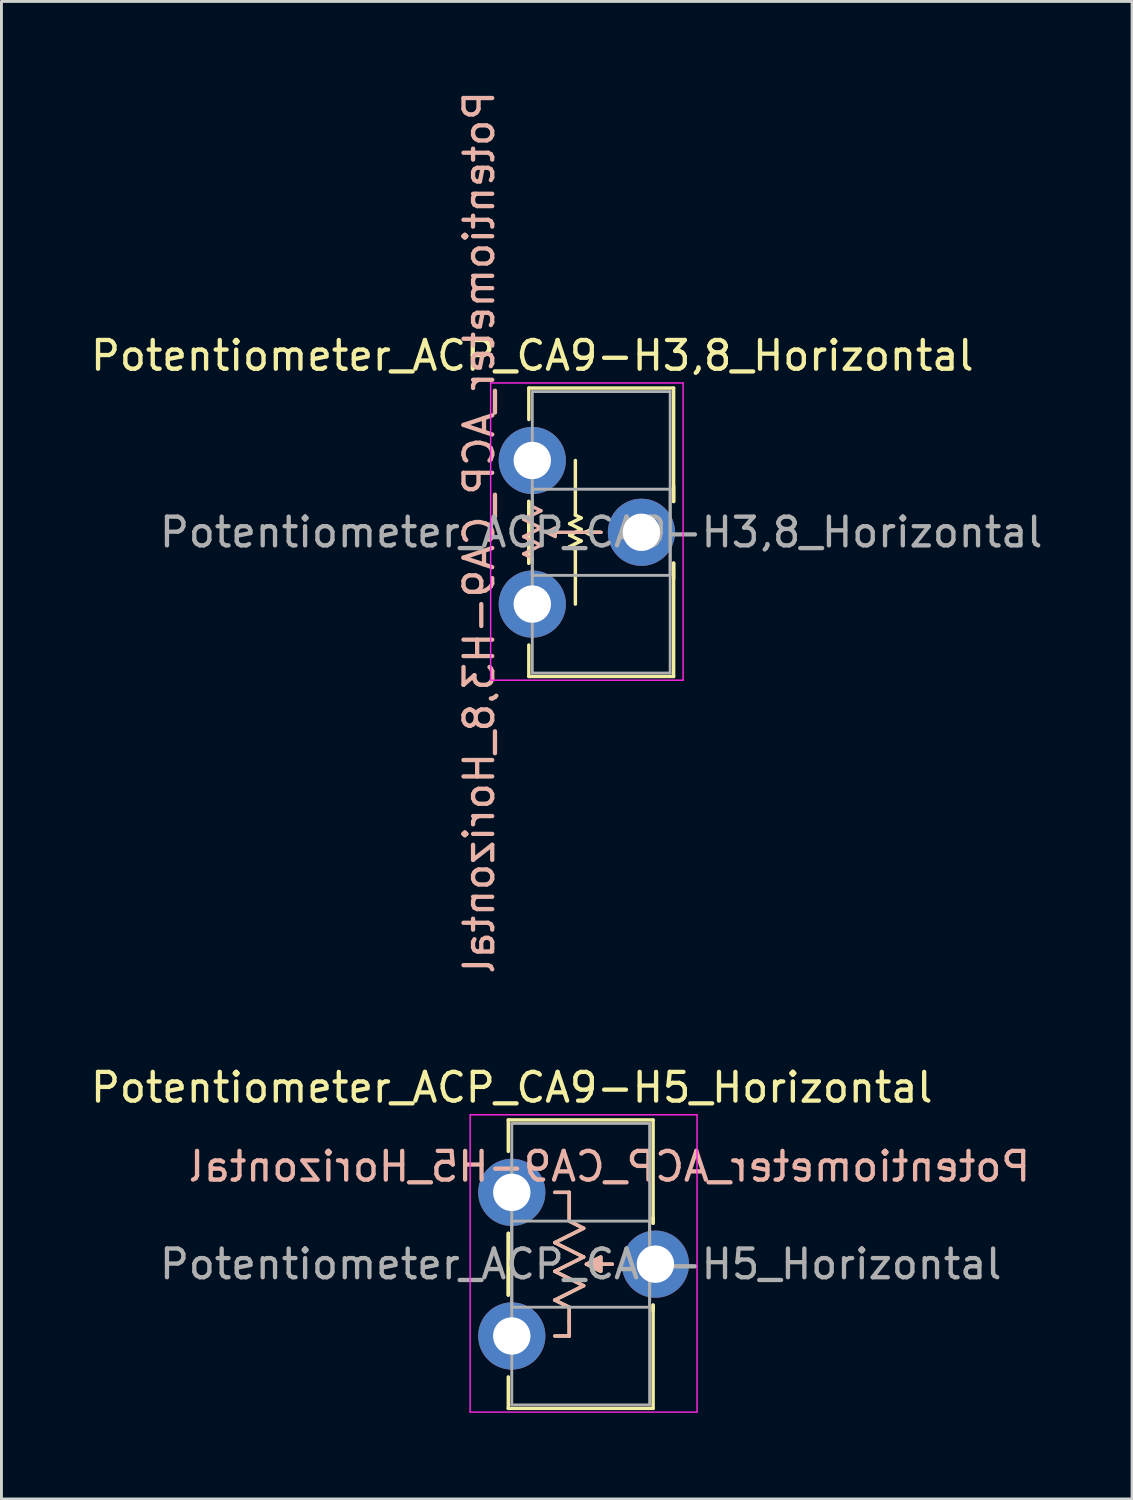
<source format=kicad_pcb>
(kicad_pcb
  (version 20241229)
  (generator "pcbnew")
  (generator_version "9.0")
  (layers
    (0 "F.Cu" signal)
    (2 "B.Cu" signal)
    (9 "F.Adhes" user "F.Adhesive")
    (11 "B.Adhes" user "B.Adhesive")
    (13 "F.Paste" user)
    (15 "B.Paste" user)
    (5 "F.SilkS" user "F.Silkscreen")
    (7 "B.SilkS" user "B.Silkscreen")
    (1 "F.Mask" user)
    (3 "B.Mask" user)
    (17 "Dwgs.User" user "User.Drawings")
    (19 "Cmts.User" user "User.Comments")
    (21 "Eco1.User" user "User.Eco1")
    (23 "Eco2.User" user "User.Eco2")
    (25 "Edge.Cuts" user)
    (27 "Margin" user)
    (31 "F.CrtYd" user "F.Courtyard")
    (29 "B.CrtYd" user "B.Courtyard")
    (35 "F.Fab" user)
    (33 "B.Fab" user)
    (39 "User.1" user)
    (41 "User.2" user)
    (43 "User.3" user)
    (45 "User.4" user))
  (footprint "Potentiometer_ACP_CA9-H3,8_Horizontal"
    (layer "F.Cu")
    (at 15.482 12.982)
    (property "Reference" "Potentiometer_ACP_CA9-H3,8_Horizontal" (at 0 -3.65 0) (layer "F.SilkS") (effects (font (size 1 1) (thickness 0.15))))
    (attr through_hole)
    (fp_line (start -0.121 -2.521) (end -0.121 -1.426) (stroke (width 0.12) (type solid)) (layer "F.SilkS"))
    (fp_line (start -0.121 -2.521) (end 4.92 -2.521) (stroke (width 0.12) (type solid)) (layer "F.SilkS"))
    (fp_line (start -0.121 1.426) (end -0.121 3.575) (stroke (width 0.12) (type solid)) (layer "F.SilkS"))
    (fp_line (start -0.121 1.426) (end -0.121 3.575) (stroke (width 0.12) (type solid)) (layer "F.SilkS"))
    (fp_line (start -0.121 6.425) (end -0.121 7.52) (stroke (width 0.12) (type solid)) (layer "F.SilkS"))
    (fp_line (start -0.121 7.52) (end 4.92 7.52) (stroke (width 0.12) (type solid)) (layer "F.SilkS"))
    (fp_line (start 1.3 2.2) (end 1.7 2.4) (stroke (width 0.12) (type solid)) (layer "F.SilkS"))
    (fp_line (start 1.3 2.6) (end 1.7 2.8) (stroke (width 0.12) (type solid)) (layer "F.SilkS"))
    (fp_line (start 1.3 3) (end 1.5 3.1) (stroke (width 0.12) (type solid)) (layer "F.SilkS"))
    (fp_line (start 1.5 1) (end 1.5 0) (stroke (width 0.12) (type solid)) (layer "F.SilkS"))
    (fp_line (start 1.5 1.9) (end 1.5 1) (stroke (width 0.12) (type solid)) (layer "F.SilkS"))
    (fp_line (start 1.5 1.9) (end 1.7 2) (stroke (width 0.12) (type solid)) (layer "F.SilkS"))
    (fp_line (start 1.5 3.1) (end 1.5 4) (stroke (width 0.12) (type solid)) (layer "F.SilkS"))
    (fp_line (start 1.5 4) (end 1.5 5) (stroke (width 0.12) (type solid)) (layer "F.SilkS"))
    (fp_line (start 1.7 2) (end 1.3 2.2) (stroke (width 0.12) (type solid)) (layer "F.SilkS"))
    (fp_line (start 1.7 2.4) (end 1.3 2.6) (stroke (width 0.12) (type solid)) (layer "F.SilkS"))
    (fp_line (start 1.7 2.8) (end 1.3 3) (stroke (width 0.12) (type solid)) (layer "F.SilkS"))
    (fp_line (start 2.35 2.5) (end 1.85 2.5) (stroke (width 0.12) (type solid)) (layer "F.SilkS"))
    (fp_line (start 4.92 -2.521) (end 4.92 1.428) (stroke (width 0.12) (type solid)) (layer "F.SilkS"))
    (fp_line (start 4.92 0.88) (end 4.92 1.428) (stroke (width 0.12) (type solid)) (layer "F.SilkS"))
    (fp_line (start 4.92 3.573) (end 4.92 4.12) (stroke (width 0.12) (type solid)) (layer "F.SilkS"))
    (fp_line (start 4.92 3.573) (end 4.92 7.52) (stroke (width 0.12) (type solid)) (layer "F.SilkS"))
    (fp_poly (pts (xy 2.05 2.6) (xy 1.85 2.5) (xy 2.05 2.4)) (stroke (width 0.12) (type solid)) (fill yes) (layer "F.SilkS"))
    (fp_line (start -0.3 2.05) (end 0 1.9) (stroke (width 0.12) (type solid)) (layer "B.SilkS"))
    (fp_line (start -0.3 2.65) (end 0 2.5) (stroke (width 0.12) (type solid)) (layer "B.SilkS"))
    (fp_line (start -0.3 3.25) (end 0 3.1) (stroke (width 0.12) (type solid)) (layer "B.SilkS"))
    (fp_line (start 0 1.45) (end 0 1.6) (stroke (width 0.12) (type solid)) (layer "B.SilkS"))
    (fp_line (start 0 1.6) (end 0.3 1.75) (stroke (width 0.12) (type solid)) (layer "B.SilkS"))
    (fp_line (start 0 2.2) (end -0.3 2.05) (stroke (width 0.12) (type solid)) (layer "B.SilkS"))
    (fp_line (start 0 2.2) (end 0.3 2.35) (stroke (width 0.12) (type solid)) (layer "B.SilkS"))
    (fp_line (start 0 2.8) (end -0.3 2.65) (stroke (width 0.12) (type solid)) (layer "B.SilkS"))
    (fp_line (start 0 2.8) (end 0.3 2.95) (stroke (width 0.12) (type solid)) (layer "B.SilkS"))
    (fp_line (start 0 3.4) (end -0.3 3.25) (stroke (width 0.12) (type solid)) (layer "B.SilkS"))
    (fp_line (start 0 3.4) (end 0 3.55) (stroke (width 0.12) (type solid)) (layer "B.SilkS"))
    (fp_line (start 0.3 1.75) (end 0 1.9) (stroke (width 0.12) (type solid)) (layer "B.SilkS"))
    (fp_line (start 0.3 2.35) (end 0 2.5) (stroke (width 0.12) (type solid)) (layer "B.SilkS"))
    (fp_line (start 0.3 2.95) (end 0 3.1) (stroke (width 0.12) (type solid)) (layer "B.SilkS"))
    (fp_line (start 2.4 2.5) (end 0.5 2.5) (stroke (width 0.12) (type solid)) (layer "B.SilkS"))
    (fp_poly (pts (xy 0.8 2.65) (xy 0.5 2.5) (xy 0.8 2.35)) (stroke (width 0.12) (type solid)) (fill yes) (layer "B.SilkS"))
    (fp_line (start -1.45 -2.7) (end -1.45 7.65) (stroke (width 0.05) (type solid)) (layer "F.CrtYd"))
    (fp_line (start -1.45 7.65) (end 5.25 7.65) (stroke (width 0.05) (type solid)) (layer "F.CrtYd"))
    (fp_line (start 5.25 -2.7) (end -1.45 -2.7) (stroke (width 0.05) (type solid)) (layer "F.CrtYd"))
    (fp_line (start 5.25 7.65) (end 5.25 -2.7) (stroke (width 0.05) (type solid)) (layer "F.CrtYd"))
    (fp_line (start 0 -2.4) (end 4.8 -2.4) (stroke (width 0.1) (type solid)) (layer "F.Fab"))
    (fp_line (start 0 1) (end 0 4) (stroke (width 0.1) (type solid)) (layer "F.Fab"))
    (fp_line (start 0 4) (end 4.8 4) (stroke (width 0.1) (type solid)) (layer "F.Fab"))
    (fp_line (start 0 7.4) (end 0 -2.4) (stroke (width 0.1) (type solid)) (layer "F.Fab"))
    (fp_line (start 4.8 -2.4) (end 4.8 7.4) (stroke (width 0.1) (type solid)) (layer "F.Fab"))
    (fp_line (start 4.8 1) (end 0 1) (stroke (width 0.1) (type solid)) (layer "F.Fab"))
    (fp_line (start 4.8 4) (end 4.8 1) (stroke (width 0.1) (type solid)) (layer "F.Fab"))
    (fp_line (start 4.8 7.4) (end 0 7.4) (stroke (width 0.1) (type solid)) (layer "F.Fab"))
    (fp_text user "${REFERENCE}" (at -1.85 2.5 90) (unlocked yes) (layer "B.SilkS") (effects (font (size 1 1) (thickness 0.15)) (justify mirror)))
    (fp_text user "${REFERENCE}" (at 2.4 2.5 0) (layer "F.Fab") (effects (font (size 1 1) (thickness 0.15))))
    (pad "1" thru_hole circle (at 0 0) (size 2.34 2.34) (drill 1.3) (layers "*.Cu" "*.Mask"))
    (pad "2" thru_hole circle (at 3.8 2.5) (size 2.34 2.34) (drill 1.3) (layers "*.Cu" "*.Mask"))
    (pad "3" thru_hole circle (at 0 5) (size 2.34 2.34) (drill 1.3) (layers "*.Cu" "*.Mask")))
  (footprint "Potentiometer_ACP_CA9-H5_Horizontal"
    (layer "F.Cu")
    (at 14.768 38.463)
    (property "Reference" "Potentiometer_ACP_CA9-H5_Horizontal" (at 0 -3.65 0) (layer "F.SilkS") (effects (font (size 1 1) (thickness 0.15))))
    (attr through_hole)
    (fp_line (start -0.121 -2.521) (end -0.121 -1.426) (stroke (width 0.12) (type solid)) (layer "F.SilkS"))
    (fp_line (start -0.121 -2.521) (end 4.92 -2.521) (stroke (width 0.12) (type solid)) (layer "F.SilkS"))
    (fp_line (start -0.121 1.426) (end -0.121 3.575) (stroke (width 0.12) (type solid)) (layer "F.SilkS"))
    (fp_line (start -0.121 1.426) (end -0.121 3.575) (stroke (width 0.12) (type solid)) (layer "F.SilkS"))
    (fp_line (start -0.121 6.425) (end -0.121 7.52) (stroke (width 0.12) (type solid)) (layer "F.SilkS"))
    (fp_line (start -0.121 7.52) (end 4.92 7.52) (stroke (width 0.12) (type solid)) (layer "F.SilkS"))
    (fp_line (start 1.5 1.75) (end 2.5 2.25) (stroke (width 0.12) (type solid)) (layer "F.SilkS"))
    (fp_line (start 1.5 2.75) (end 2.5 3.25) (stroke (width 0.12) (type solid)) (layer "F.SilkS"))
    (fp_line (start 1.5 3.75) (end 2 4) (stroke (width 0.12) (type solid)) (layer "F.SilkS"))
    (fp_line (start 2 0) (end 1.5 0) (stroke (width 0.12) (type solid)) (layer "F.SilkS"))
    (fp_line (start 2 1) (end 2 0) (stroke (width 0.12) (type solid)) (layer "F.SilkS"))
    (fp_line (start 2 1) (end 2.5 1.25) (stroke (width 0.12) (type solid)) (layer "F.SilkS"))
    (fp_line (start 2 4) (end 2 4.5) (stroke (width 0.12) (type solid)) (layer "F.SilkS"))
    (fp_line (start 2 4.5) (end 2 5) (stroke (width 0.12) (type solid)) (layer "F.SilkS"))
    (fp_line (start 2 5) (end 1.5 5) (stroke (width 0.12) (type solid)) (layer "F.SilkS"))
    (fp_line (start 2.5 1.25) (end 1.5 1.75) (stroke (width 0.12) (type solid)) (layer "F.SilkS"))
    (fp_line (start 2.5 2.25) (end 1.5 2.75) (stroke (width 0.12) (type solid)) (layer "F.SilkS"))
    (fp_line (start 2.5 3.25) (end 1.5 3.75) (stroke (width 0.12) (type solid)) (layer "F.SilkS"))
    (fp_line (start 3.5 2.5) (end 2.6 2.5) (stroke (width 0.12) (type solid)) (layer "F.SilkS"))
    (fp_line (start 4.92 -2.521) (end 4.92 1.075) (stroke (width 0.12) (type solid)) (layer "F.SilkS"))
    (fp_line (start 4.92 0.88) (end 4.92 1.075) (stroke (width 0.12) (type solid)) (layer "F.SilkS"))
    (fp_line (start 4.92 3.925) (end 4.92 4.12) (stroke (width 0.12) (type solid)) (layer "F.SilkS"))
    (fp_line (start 4.92 3.925) (end 4.92 7.52) (stroke (width 0.12) (type solid)) (layer "F.SilkS"))
    (fp_poly (pts (xy 3.1 2.75) (xy 2.6 2.5) (xy 3.1 2.25)) (stroke (width 0.12) (type solid)) (fill yes) (layer "F.SilkS"))
    (fp_line (start 1.5 0) (end 2 0) (stroke (width 0.12) (type solid)) (layer "B.SilkS"))
    (fp_line (start 1.5 1.75) (end 2.5 2.25) (stroke (width 0.12) (type solid)) (layer "B.SilkS"))
    (fp_line (start 1.5 2.75) (end 2.5 3.25) (stroke (width 0.12) (type solid)) (layer "B.SilkS"))
    (fp_line (start 1.5 3.75) (end 2 4) (stroke (width 0.12) (type solid)) (layer "B.SilkS"))
    (fp_line (start 2 0) (end 2 1) (stroke (width 0.12) (type solid)) (layer "B.SilkS"))
    (fp_line (start 2 1) (end 2.5 1.25) (stroke (width 0.12) (type solid)) (layer "B.SilkS"))
    (fp_line (start 2 4) (end 2 5) (stroke (width 0.12) (type solid)) (layer "B.SilkS"))
    (fp_line (start 2 5) (end 1.5 5) (stroke (width 0.12) (type solid)) (layer "B.SilkS"))
    (fp_line (start 2.5 1.25) (end 1.5 1.75) (stroke (width 0.12) (type solid)) (layer "B.SilkS"))
    (fp_line (start 2.5 2.25) (end 1.5 2.75) (stroke (width 0.12) (type solid)) (layer "B.SilkS"))
    (fp_line (start 2.5 3.25) (end 1.5 3.75) (stroke (width 0.12) (type solid)) (layer "B.SilkS"))
    (fp_line (start 3.5 2.5) (end 2.6 2.5) (stroke (width 0.12) (type solid)) (layer "B.SilkS"))
    (fp_poly (pts (xy 3.1 2.75) (xy 2.6 2.5) (xy 3.1 2.25)) (stroke (width 0.12) (type solid)) (fill yes) (layer "B.SilkS"))
    (fp_line (start -1.45 -2.7) (end -1.45 7.65) (stroke (width 0.05) (type solid)) (layer "F.CrtYd"))
    (fp_line (start -1.45 7.65) (end 6.45 7.65) (stroke (width 0.05) (type solid)) (layer "F.CrtYd"))
    (fp_line (start 6.45 -2.7) (end -1.45 -2.7) (stroke (width 0.05) (type solid)) (layer "F.CrtYd"))
    (fp_line (start 6.45 7.65) (end 6.45 -2.7) (stroke (width 0.05) (type solid)) (layer "F.CrtYd"))
    (fp_line (start 0 -2.4) (end 4.8 -2.4) (stroke (width 0.1) (type solid)) (layer "F.Fab"))
    (fp_line (start 0 1) (end 0 4) (stroke (width 0.1) (type solid)) (layer "F.Fab"))
    (fp_line (start 0 4) (end 4.8 4) (stroke (width 0.1) (type solid)) (layer "F.Fab"))
    (fp_line (start 0 7.4) (end 0 -2.4) (stroke (width 0.1) (type solid)) (layer "F.Fab"))
    (fp_line (start 4.8 -2.4) (end 4.8 7.4) (stroke (width 0.1) (type solid)) (layer "F.Fab"))
    (fp_line (start 4.8 1) (end 0 1) (stroke (width 0.1) (type solid)) (layer "F.Fab"))
    (fp_line (start 4.8 4) (end 4.8 1) (stroke (width 0.1) (type solid)) (layer "F.Fab"))
    (fp_line (start 4.8 7.4) (end 0 7.4) (stroke (width 0.1) (type solid)) (layer "F.Fab"))
    (fp_text user "${REFERENCE}" (at 3.4 -0.9 0) (unlocked yes) (layer "B.SilkS") (effects (font (size 1 1) (thickness 0.15)) (justify mirror)))
    (fp_text user "${REFERENCE}" (at 2.4 2.5 0) (layer "F.Fab") (effects (font (size 1 1) (thickness 0.15))))
    (pad "1" thru_hole circle (at 0 0) (size 2.34 2.34) (drill 1.3) (layers "*.Cu" "*.Mask"))
    (pad "2" thru_hole circle (at 5 2.5) (size 2.34 2.34) (drill 1.3) (layers "*.Cu" "*.Mask"))
    (pad "3" thru_hole circle (at 0 5) (size 2.34 2.34) (drill 1.3) (layers "*.Cu" "*.Mask")))
  (gr_rect
    (start -3 -3)
    (end 36.364 49.138)
    (stroke (width 0.1) (type default))
    (fill no)
    (layer "Edge.Cuts")))
</source>
